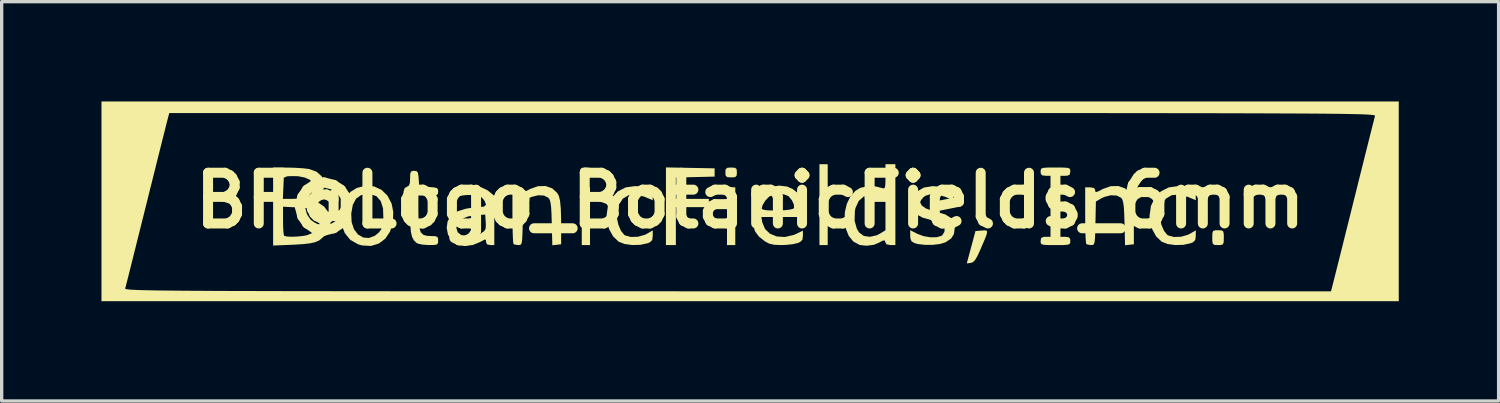
<source format=kicad_pcb>
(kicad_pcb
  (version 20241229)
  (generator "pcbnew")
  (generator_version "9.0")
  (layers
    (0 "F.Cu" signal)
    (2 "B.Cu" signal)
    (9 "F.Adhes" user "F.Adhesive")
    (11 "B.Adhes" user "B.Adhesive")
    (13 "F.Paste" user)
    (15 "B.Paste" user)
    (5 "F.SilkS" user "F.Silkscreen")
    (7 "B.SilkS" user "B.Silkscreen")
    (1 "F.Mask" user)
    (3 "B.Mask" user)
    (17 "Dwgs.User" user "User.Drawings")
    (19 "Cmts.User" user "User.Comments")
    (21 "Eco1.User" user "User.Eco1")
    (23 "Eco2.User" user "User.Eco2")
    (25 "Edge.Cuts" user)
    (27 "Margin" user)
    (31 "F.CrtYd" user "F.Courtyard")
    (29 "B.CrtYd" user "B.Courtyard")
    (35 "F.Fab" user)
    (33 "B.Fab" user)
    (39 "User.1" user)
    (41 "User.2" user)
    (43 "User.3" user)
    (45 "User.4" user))
  (footprint "BF@Logo_BotanicFields_6mm"
    (layer "F.Cu")
    (at 19.496 2.977)
    (property "Reference" "BF@Logo_BotanicFields_6mm" (at 0 0 0) (layer "F.SilkS") (effects (font (size 1.524 1.524) (thickness 0.3))))
    (attr board_only exclude_from_pos_files exclude_from_bom)
    (fp_poly (pts (xy -4.812 1.339) (xy -5.06 1.339) (xy -5.06 -0.397) (xy -4.812 -0.397)) (stroke (width 0) (type solid)) (fill yes) (layer "F.SilkS"))
    (fp_poly (pts (xy -0.446 1.339) (xy -0.695 1.339) (xy -0.695 -0.397) (xy -0.446 -0.397)) (stroke (width 0) (type solid)) (fill yes) (layer "F.SilkS"))
    (fp_poly (pts (xy 2.332 1.339) (xy 2.084 1.339) (xy 2.084 -1.091) (xy 2.332 -1.091)) (stroke (width 0) (type solid)) (fill yes) (layer "F.SilkS"))
    (fp_poly (pts (xy -4.819 -0.984) (xy -4.772 -0.942) (xy -4.763 -0.843) (xy -4.772 -0.743) (xy -4.821 -0.702) (xy -4.936 -0.695) (xy -5.053 -0.703) (xy -5.101 -0.745) (xy -5.11 -0.843) (xy -5.1 -0.943) (xy -5.051 -0.984) (xy -4.936 -0.992)) (stroke (width 0) (type solid)) (fill yes) (layer "F.SilkS"))
    (fp_poly (pts (xy -1.798 -0.981) (xy -1.067 -0.967) (xy -1.067 -0.719) (xy -1.65 -0.705) (xy -2.232 -0.691) (xy -2.232 -0.05) (xy -1.24 -0.05) (xy -1.24 0.198) (xy -2.232 0.198) (xy -2.232 1.339) (xy -2.53 1.339) (xy -2.53 -0.995)) (stroke (width 0) (type solid)) (fill yes) (layer "F.SilkS"))
    (fp_poly (pts (xy -0.454 -0.984) (xy -0.406 -0.942) (xy -0.397 -0.843) (xy -0.407 -0.743) (xy -0.456 -0.702) (xy -0.571 -0.695) (xy -0.687 -0.703) (xy -0.735 -0.745) (xy -0.744 -0.843) (xy -0.734 -0.943) (xy -0.685 -0.984) (xy -0.571 -0.992)) (stroke (width 0) (type solid)) (fill yes) (layer "F.SilkS"))
    (fp_poly (pts (xy 7.104 0.904) (xy 7.124 0.94) (xy 7.109 1.018) (xy 7.058 1.154) (xy 6.97 1.36) (xy 6.921 1.474) (xy 6.831 1.671) (xy 6.76 1.791) (xy 6.697 1.854) (xy 6.633 1.875) (xy 6.512 1.89) (xy 6.643 1.404) (xy 6.773 0.918) (xy 6.963 0.902) (xy 7.05 0.896)) (stroke (width 0) (type solid)) (fill yes) (layer "F.SilkS"))
    (fp_poly (pts (xy 14.171 0.898) (xy 14.221 0.93) (xy 14.237 1.017) (xy 14.238 1.116) (xy 14.234 1.253) (xy 14.209 1.318) (xy 14.142 1.338) (xy 14.064 1.339) (xy 13.958 1.335) (xy 13.907 1.302) (xy 13.892 1.216) (xy 13.891 1.116) (xy 13.894 0.979) (xy 13.919 0.914) (xy 13.987 0.894) (xy 14.064 0.893)) (stroke (width 0) (type solid)) (fill yes) (layer "F.SilkS"))
    (fp_poly (pts (xy -3.39 -0.429) (xy -3.161 -0.394) (xy -3.016 -0.336) (xy -2.943 -0.248) (xy -2.927 -0.151) (xy -2.927 -0.009) (xy -3.173 -0.113) (xy -3.429 -0.181) (xy -3.65 -0.16) (xy -3.826 -0.055) (xy -3.949 0.13) (xy -4.004 0.34) (xy -4.002 0.533) (xy -3.957 0.735) (xy -3.881 0.912) (xy -3.784 1.031) (xy -3.759 1.048) (xy -3.585 1.095) (xy -3.374 1.089) (xy -3.168 1.032) (xy -3.097 0.997) (xy -2.927 0.896) (xy -2.927 1.063) (xy -2.942 1.186) (xy -3.006 1.253) (xy -3.083 1.285) (xy -3.302 1.332) (xy -3.546 1.338) (xy -3.775 1.306) (xy -3.951 1.238) (xy -3.953 1.236) (xy -4.119 1.077) (xy -4.242 0.852) (xy -4.308 0.589) (xy -4.316 0.463) (xy -4.274 0.165) (xy -4.156 -0.085) (xy -3.974 -0.275) (xy -3.738 -0.395) (xy -3.461 -0.433)) (stroke (width 0) (type solid)) (fill yes) (layer "F.SilkS"))
    (fp_poly (pts (xy 12.931 -0.429) (xy 13.161 -0.394) (xy 13.306 -0.336) (xy 13.379 -0.248) (xy 13.395 -0.151) (xy 13.395 -0.009) (xy 13.148 -0.113) (xy 12.892 -0.181) (xy 12.671 -0.16) (xy 12.495 -0.055) (xy 12.372 0.13) (xy 12.318 0.34) (xy 12.319 0.533) (xy 12.364 0.735) (xy 12.441 0.912) (xy 12.537 1.031) (xy 12.563 1.048) (xy 12.736 1.095) (xy 12.947 1.089) (xy 13.153 1.032) (xy 13.224 0.997) (xy 13.395 0.896) (xy 13.395 1.063) (xy 13.38 1.186) (xy 13.315 1.253) (xy 13.238 1.285) (xy 13.019 1.332) (xy 12.776 1.338) (xy 12.546 1.306) (xy 12.371 1.238) (xy 12.368 1.236) (xy 12.203 1.077) (xy 12.08 0.852) (xy 12.013 0.589) (xy 12.005 0.463) (xy 12.047 0.165) (xy 12.165 -0.085) (xy 12.348 -0.275) (xy 12.584 -0.395) (xy 12.861 -0.433)) (stroke (width 0) (type solid)) (fill yes) (layer "F.SilkS"))
    (fp_poly (pts (xy 9.389 -0.991) (xy 9.52 -0.985) (xy 9.591 -0.967) (xy 9.619 -0.934) (xy 9.624 -0.879) (xy 9.624 -0.868) (xy 9.608 -0.78) (xy 9.54 -0.747) (xy 9.475 -0.744) (xy 9.327 -0.744) (xy 9.327 1.091) (xy 9.475 1.091) (xy 9.582 1.105) (xy 9.621 1.161) (xy 9.624 1.215) (xy 9.621 1.274) (xy 9.597 1.311) (xy 9.535 1.33) (xy 9.415 1.338) (xy 9.217 1.339) (xy 9.178 1.339) (xy 8.966 1.338) (xy 8.835 1.332) (xy 8.765 1.315) (xy 8.737 1.281) (xy 8.731 1.226) (xy 8.731 1.215) (xy 8.747 1.127) (xy 8.815 1.094) (xy 8.88 1.091) (xy 9.029 1.091) (xy 9.029 -0.744) (xy 8.88 -0.744) (xy 8.774 -0.757) (xy 8.735 -0.814) (xy 8.731 -0.868) (xy 8.735 -0.927) (xy 8.758 -0.963) (xy 8.821 -0.983) (xy 8.941 -0.991) (xy 9.138 -0.992) (xy 9.178 -0.992)) (stroke (width 0) (type solid)) (fill yes) (layer "F.SilkS"))
    (fp_poly (pts (xy -11.301 -0.423) (xy -11.078 -0.32) (xy -10.898 -0.144) (xy -10.775 0.094) (xy -10.725 0.348) (xy -10.739 0.666) (xy -10.823 0.935) (xy -10.967 1.148) (xy -11.161 1.294) (xy -11.395 1.365) (xy -11.659 1.351) (xy -11.782 1.316) (xy -12.017 1.183) (xy -12.181 0.981) (xy -12.251 0.806) (xy -12.301 0.487) (xy -12.292 0.392) (xy -11.989 0.392) (xy -11.977 0.651) (xy -11.906 0.863) (xy -11.787 1.019) (xy -11.635 1.11) (xy -11.462 1.127) (xy -11.282 1.061) (xy -11.165 0.967) (xy -11.091 0.873) (xy -11.049 0.751) (xy -11.026 0.57) (xy -11.023 0.53) (xy -11.033 0.237) (xy -11.103 0.016) (xy -11.231 -0.129) (xy -11.414 -0.195) (xy -11.479 -0.198) (xy -11.691 -0.164) (xy -11.843 -0.056) (xy -11.942 0.129) (xy -11.989 0.392) (xy -12.292 0.392) (xy -12.274 0.193) (xy -12.175 -0.062) (xy -12.008 -0.263) (xy -11.821 -0.378) (xy -11.553 -0.446)) (stroke (width 0) (type solid)) (fill yes) (layer "F.SilkS"))
    (fp_poly (pts (xy -5.95 -0.367) (xy -5.799 -0.229) (xy -5.749 -0.139) (xy -5.714 0.002) (xy -5.691 0.229) (xy -5.681 0.546) (xy -5.68 0.67) (xy -5.68 1.315) (xy -5.813 1.33) (xy -5.945 1.345) (xy -5.962 0.674) (xy -5.97 0.393) (xy -5.982 0.193) (xy -6 0.059) (xy -6.025 -0.026) (xy -6.061 -0.079) (xy -6.064 -0.083) (xy -6.195 -0.149) (xy -6.373 -0.158) (xy -6.567 -0.109) (xy -6.659 -0.064) (xy -6.821 0.03) (xy -6.835 0.685) (xy -6.841 0.95) (xy -6.849 1.132) (xy -6.86 1.246) (xy -6.879 1.308) (xy -6.909 1.334) (xy -6.952 1.339) (xy -6.963 1.339) (xy -7.067 1.326) (xy -7.111 1.306) (xy -7.122 1.248) (xy -7.131 1.108) (xy -7.138 0.902) (xy -7.143 0.649) (xy -7.144 0.438) (xy -7.144 -0.397) (xy -6.995 -0.397) (xy -6.877 -0.375) (xy -6.846 -0.322) (xy -6.84 -0.268) (xy -6.807 -0.255) (xy -6.726 -0.287) (xy -6.611 -0.347) (xy -6.376 -0.431) (xy -6.149 -0.436)) (stroke (width 0) (type solid)) (fill yes) (layer "F.SilkS"))
    (fp_poly (pts (xy 11.264 -0.367) (xy 11.415 -0.229) (xy 11.465 -0.139) (xy 11.501 0.002) (xy 11.524 0.229) (xy 11.534 0.546) (xy 11.534 0.67) (xy 11.534 1.315) (xy 11.402 1.33) (xy 11.269 1.345) (xy 11.253 0.674) (xy 11.244 0.393) (xy 11.232 0.193) (xy 11.214 0.059) (xy 11.189 -0.026) (xy 11.154 -0.079) (xy 11.15 -0.083) (xy 11.02 -0.149) (xy 10.842 -0.158) (xy 10.648 -0.109) (xy 10.555 -0.064) (xy 10.393 0.03) (xy 10.379 0.685) (xy 10.373 0.95) (xy 10.366 1.132) (xy 10.354 1.246) (xy 10.335 1.308) (xy 10.305 1.334) (xy 10.262 1.339) (xy 10.251 1.339) (xy 10.148 1.326) (xy 10.104 1.306) (xy 10.093 1.248) (xy 10.083 1.108) (xy 10.076 0.902) (xy 10.072 0.649) (xy 10.071 0.438) (xy 10.071 -0.397) (xy 10.22 -0.397) (xy 10.338 -0.375) (xy 10.368 -0.322) (xy 10.375 -0.268) (xy 10.408 -0.255) (xy 10.489 -0.287) (xy 10.603 -0.347) (xy 10.839 -0.431) (xy 11.065 -0.436)) (stroke (width 0) (type solid)) (fill yes) (layer "F.SilkS"))
    (fp_poly (pts (xy 4.366 1.339) (xy 4.217 1.339) (xy 4.099 1.317) (xy 4.068 1.265) (xy 4.046 1.199) (xy 3.974 1.209) (xy 3.893 1.258) (xy 3.72 1.331) (xy 3.505 1.359) (xy 3.298 1.337) (xy 3.29 1.334) (xy 3.103 1.233) (xy 2.966 1.066) (xy 2.878 0.85) (xy 2.84 0.609) (xy 3.14 0.609) (xy 3.21 0.854) (xy 3.281 0.965) (xy 3.418 1.064) (xy 3.6 1.091) (xy 3.802 1.046) (xy 3.907 0.993) (xy 4.068 0.894) (xy 4.068 -0.095) (xy 3.874 -0.153) (xy 3.63 -0.184) (xy 3.423 -0.127) (xy 3.265 0.012) (xy 3.167 0.225) (xy 3.149 0.312) (xy 3.14 0.609) (xy 2.84 0.609) (xy 2.839 0.604) (xy 2.848 0.349) (xy 2.906 0.102) (xy 3.011 -0.118) (xy 3.165 -0.292) (xy 3.313 -0.381) (xy 3.524 -0.429) (xy 3.766 -0.425) (xy 3.981 -0.372) (xy 4.025 -0.364) (xy 4.051 -0.394) (xy 4.064 -0.483) (xy 4.068 -0.647) (xy 4.068 -0.714) (xy 4.068 -1.091) (xy 4.366 -1.091)) (stroke (width 0) (type solid)) (fill yes) (layer "F.SilkS"))
    (fp_poly (pts (xy -10.024 -0.883) (xy -9.985 -0.835) (xy -9.967 -0.723) (xy -9.962 -0.657) (xy -9.947 -0.422) (xy -9.661 -0.407) (xy -9.5 -0.395) (xy -9.415 -0.374) (xy -9.382 -0.332) (xy -9.376 -0.27) (xy -9.383 -0.203) (xy -9.418 -0.167) (xy -9.506 -0.152) (xy -9.668 -0.149) (xy -9.674 -0.149) (xy -9.971 -0.149) (xy -9.971 0.335) (xy -9.965 0.621) (xy -9.943 0.823) (xy -9.899 0.954) (xy -9.825 1.029) (xy -9.715 1.061) (xy -9.61 1.067) (xy -9.468 1.071) (xy -9.4 1.094) (xy -9.378 1.15) (xy -9.376 1.203) (xy -9.381 1.28) (xy -9.413 1.32) (xy -9.495 1.336) (xy -9.65 1.338) (xy -9.661 1.338) (xy -9.832 1.327) (xy -9.97 1.3) (xy -10.025 1.276) (xy -10.106 1.196) (xy -10.162 1.091) (xy -10.196 0.941) (xy -10.214 0.729) (xy -10.22 0.437) (xy -10.22 0.425) (xy -10.221 0.179) (xy -10.226 0.016) (xy -10.238 -0.082) (xy -10.259 -0.131) (xy -10.294 -0.147) (xy -10.319 -0.149) (xy -10.398 -0.179) (xy -10.418 -0.267) (xy -10.381 -0.376) (xy -10.319 -0.411) (xy -10.256 -0.447) (xy -10.226 -0.527) (xy -10.22 -0.665) (xy -10.215 -0.805) (xy -10.19 -0.872) (xy -10.132 -0.892) (xy -10.098 -0.893)) (stroke (width 0) (type solid)) (fill yes) (layer "F.SilkS"))
    (fp_poly (pts (xy 5.817 -0.399) (xy 5.821 -0.399) (xy 5.979 -0.363) (xy 6.063 -0.327) (xy 6.096 -0.272) (xy 6.102 -0.18) (xy 6.102 -0.173) (xy 6.102 -0.005) (xy 5.891 -0.101) (xy 5.652 -0.179) (xy 5.435 -0.193) (xy 5.264 -0.141) (xy 5.209 -0.099) (xy 5.136 -0.01) (xy 5.11 0.05) (xy 5.157 0.148) (xy 5.287 0.24) (xy 5.484 0.314) (xy 5.604 0.343) (xy 5.864 0.417) (xy 6.036 0.525) (xy 6.129 0.673) (xy 6.15 0.829) (xy 6.125 1.01) (xy 6.042 1.141) (xy 5.881 1.251) (xy 5.869 1.257) (xy 5.711 1.306) (xy 5.495 1.332) (xy 5.262 1.333) (xy 5.049 1.309) (xy 4.949 1.282) (xy 4.852 1.228) (xy 4.816 1.137) (xy 4.812 1.061) (xy 4.812 0.891) (xy 5.023 1) (xy 5.212 1.07) (xy 5.419 1.105) (xy 5.61 1.103) (xy 5.752 1.061) (xy 5.775 1.045) (xy 5.841 0.938) (xy 5.846 0.808) (xy 5.79 0.703) (xy 5.789 0.702) (xy 5.705 0.662) (xy 5.562 0.617) (xy 5.454 0.591) (xy 5.185 0.515) (xy 5.001 0.416) (xy 4.889 0.286) (xy 4.859 0.214) (xy 4.831 0.06) (xy 4.869 -0.078) (xy 4.871 -0.081) (xy 5.016 -0.272) (xy 5.225 -0.39) (xy 5.493 -0.433)) (stroke (width 0) (type solid)) (fill yes) (layer "F.SilkS"))
    (fp_poly (pts (xy 1.111 -0.421) (xy 1.275 -0.349) (xy 1.439 -0.219) (xy 1.543 -0.054) (xy 1.603 0.175) (xy 1.612 0.236) (xy 1.646 0.496) (xy 0.335 0.496) (xy 0.366 0.657) (xy 0.449 0.857) (xy 0.6 1) (xy 0.804 1.081) (xy 1.043 1.096) (xy 1.302 1.037) (xy 1.401 0.995) (xy 1.587 0.905) (xy 1.587 1.063) (xy 1.572 1.178) (xy 1.506 1.244) (xy 1.423 1.28) (xy 1.284 1.312) (xy 1.093 1.333) (xy 0.934 1.339) (xy 0.724 1.33) (xy 0.575 1.297) (xy 0.449 1.23) (xy 0.446 1.228) (xy 0.262 1.081) (xy 0.148 0.926) (xy 0.09 0.734) (xy 0.074 0.476) (xy 0.08 0.27) (xy 0.084 0.245) (xy 0.347 0.245) (xy 0.392 0.274) (xy 0.51 0.293) (xy 0.676 0.301) (xy 0.863 0.3) (xy 1.046 0.291) (xy 1.2 0.272) (xy 1.298 0.245) (xy 1.32 0.227) (xy 1.316 0.123) (xy 1.257 -0.006) (xy 1.164 -0.12) (xy 1.145 -0.135) (xy 1.018 -0.184) (xy 0.846 -0.193) (xy 0.675 -0.165) (xy 0.564 -0.111) (xy 0.454 0.007) (xy 0.373 0.144) (xy 0.347 0.245) (xy 0.084 0.245) (xy 0.103 0.125) (xy 0.153 0.005) (xy 0.206 -0.083) (xy 0.386 -0.274) (xy 0.612 -0.398) (xy 0.862 -0.449)) (stroke (width 0) (type solid)) (fill yes) (layer "F.SilkS"))
    (fp_poly (pts (xy -8.093 -0.403) (xy -7.894 -0.308) (xy -7.84 -0.266) (xy -7.689 -0.14) (xy -7.689 1.339) (xy -7.813 1.339) (xy -7.911 1.316) (xy -7.938 1.242) (xy -7.942 1.181) (xy -7.973 1.172) (xy -8.056 1.214) (xy -8.099 1.239) (xy -8.333 1.336) (xy -8.576 1.367) (xy -8.794 1.328) (xy -8.815 1.319) (xy -8.977 1.198) (xy -9.08 1.025) (xy -9.12 0.826) (xy -9.12 0.824) (xy -8.83 0.824) (xy -8.788 0.955) (xy -8.675 1.044) (xy -8.515 1.088) (xy -8.329 1.08) (xy -8.139 1.015) (xy -8.096 0.991) (xy -7.996 0.922) (xy -7.951 0.849) (xy -7.943 0.734) (xy -7.947 0.656) (xy -7.962 0.422) (xy -8.186 0.437) (xy -8.476 0.478) (xy -8.677 0.555) (xy -8.794 0.671) (xy -8.83 0.824) (xy -9.12 0.824) (xy -9.093 0.628) (xy -8.996 0.458) (xy -8.947 0.411) (xy -8.775 0.317) (xy -8.539 0.245) (xy -8.273 0.204) (xy -8.133 0.198) (xy -7.992 0.181) (xy -7.939 0.125) (xy -7.974 0.024) (xy -8.032 -0.056) (xy -8.116 -0.132) (xy -8.23 -0.166) (xy -8.367 -0.172) (xy -8.56 -0.162) (xy -8.749 -0.139) (xy -8.797 -0.129) (xy -8.919 -0.106) (xy -8.97 -0.119) (xy -8.975 -0.185) (xy -8.971 -0.229) (xy -8.955 -0.309) (xy -8.913 -0.357) (xy -8.823 -0.387) (xy -8.659 -0.414) (xy -8.649 -0.416) (xy -8.338 -0.438)) (stroke (width 0) (type solid)) (fill yes) (layer "F.SilkS"))
    (fp_poly (pts (xy -13.903 -0.99) (xy -13.672 -0.984) (xy -13.45 -0.97) (xy -13.277 -0.95) (xy -13.247 -0.945) (xy -13.027 -0.863) (xy -12.877 -0.727) (xy -12.805 -0.555) (xy -12.817 -0.362) (xy -12.919 -0.167) (xy -12.945 -0.135) (xy -13.09 0.03) (xy -12.947 0.084) (xy -12.802 0.184) (xy -12.682 0.346) (xy -12.611 0.532) (xy -12.601 0.621) (xy -12.646 0.839) (xy -12.767 1.041) (xy -12.943 1.193) (xy -12.97 1.208) (xy -13.085 1.255) (xy -13.236 1.288) (xy -13.441 1.311) (xy -13.724 1.328) (xy -13.746 1.329) (xy -14.337 1.353) (xy -14.337 0.186) (xy -14.039 0.186) (xy -14.039 0.606) (xy -14.036 0.801) (xy -14.026 0.956) (xy -14.012 1.047) (xy -14.006 1.058) (xy -13.932 1.081) (xy -13.792 1.089) (xy -13.615 1.083) (xy -13.435 1.064) (xy -13.325 1.044) (xy -13.109 0.958) (xy -12.976 0.82) (xy -12.928 0.632) (xy -12.928 0.62) (xy -12.948 0.46) (xy -13.015 0.347) (xy -13.143 0.272) (xy -13.345 0.228) (xy -13.591 0.208) (xy -14.039 0.186) (xy -14.337 0.186) (xy -14.337 -0.05) (xy -14.044 -0.05) (xy -13.732 -0.05) (xy -13.545 -0.06) (xy -13.382 -0.086) (xy -13.299 -0.112) (xy -13.184 -0.221) (xy -13.132 -0.378) (xy -13.151 -0.532) (xy -13.232 -0.622) (xy -13.387 -0.691) (xy -13.589 -0.731) (xy -13.807 -0.734) (xy -14.015 -0.719) (xy -14.029 -0.384) (xy -14.044 -0.05) (xy -14.337 -0.05) (xy -14.337 -0.992)) (stroke (width 0) (type solid)) (fill yes) (layer "F.SilkS"))
    (fp_poly (pts (xy 19.496 3.026) (xy -19.496 3.026) (xy -19.496 2.642) (xy -18.782 2.642) (xy -18.782 2.649) (xy -18.772 2.657) (xy -18.751 2.663) (xy -18.716 2.67) (xy -18.663 2.675) (xy -18.59 2.681) (xy -18.494 2.686) (xy -18.371 2.691) (xy -18.218 2.695) (xy -18.034 2.699) (xy -17.814 2.703) (xy -17.556 2.706) (xy -17.256 2.709) (xy -16.912 2.712) (xy -16.522 2.714) (xy -16.08 2.717) (xy -15.586 2.719) (xy -15.036 2.72) (xy -14.426 2.722) (xy -13.754 2.723) (xy -13.017 2.724) (xy -12.213 2.725) (xy -11.337 2.726) (xy -10.387 2.727) (xy -9.36 2.727) (xy -8.253 2.728) (xy -7.063 2.728) (xy -5.787 2.728) (xy -4.422 2.728) (xy -2.965 2.728) (xy -1.414 2.729) (xy -0.675 2.729) (xy 17.459 2.729) (xy 17.508 2.542) (xy 17.529 2.458) (xy 17.572 2.288) (xy 17.634 2.041) (xy 17.713 1.729) (xy 17.805 1.361) (xy 17.908 0.946) (xy 18.021 0.496) (xy 18.139 0.02) (xy 18.157 -0.05) (xy 18.275 -0.524) (xy 18.387 -0.971) (xy 18.489 -1.381) (xy 18.58 -1.744) (xy 18.657 -2.051) (xy 18.718 -2.292) (xy 18.76 -2.457) (xy 18.781 -2.538) (xy 18.782 -2.542) (xy 18.782 -2.55) (xy 18.772 -2.557) (xy 18.751 -2.564) (xy 18.716 -2.57) (xy 18.663 -2.576) (xy 18.59 -2.582) (xy 18.494 -2.587) (xy 18.371 -2.592) (xy 18.218 -2.596) (xy 18.034 -2.6) (xy 17.814 -2.604) (xy 17.556 -2.607) (xy 17.256 -2.61) (xy 16.912 -2.613) (xy 16.522 -2.615) (xy 16.08 -2.617) (xy 15.586 -2.619) (xy 15.036 -2.621) (xy 14.426 -2.623) (xy 13.754 -2.624) (xy 13.017 -2.625) (xy 12.213 -2.626) (xy 11.337 -2.627) (xy 10.387 -2.628) (xy 9.36 -2.628) (xy 8.253 -2.629) (xy 7.063 -2.629) (xy 5.787 -2.629) (xy 4.422 -2.629) (xy 2.965 -2.629) (xy 1.414 -2.629) (xy 0.675 -2.629) (xy -17.459 -2.629) (xy -17.508 -2.443) (xy -17.529 -2.359) (xy -17.572 -2.189) (xy -17.634 -1.942) (xy -17.713 -1.63) (xy -17.805 -1.261) (xy -17.908 -0.847) (xy -18.021 -0.397) (xy -18.139 0.079) (xy -18.157 0.149) (xy -18.275 0.623) (xy -18.387 1.07) (xy -18.489 1.48) (xy -18.58 1.843) (xy -18.657 2.15) (xy -18.718 2.391) (xy -18.76 2.556) (xy -18.781 2.637) (xy -18.782 2.642) (xy -19.496 2.642) (xy -19.496 -2.977) (xy 19.496 -2.977)) (stroke (width 0) (type solid)) (fill yes) (layer "F.SilkS")))
  (gr_rect
    (start -3 -3)
    (end 41.993 9.003)
    (stroke (width 0.1) (type default))
    (fill no)
    (layer "Edge.Cuts")))
</source>
